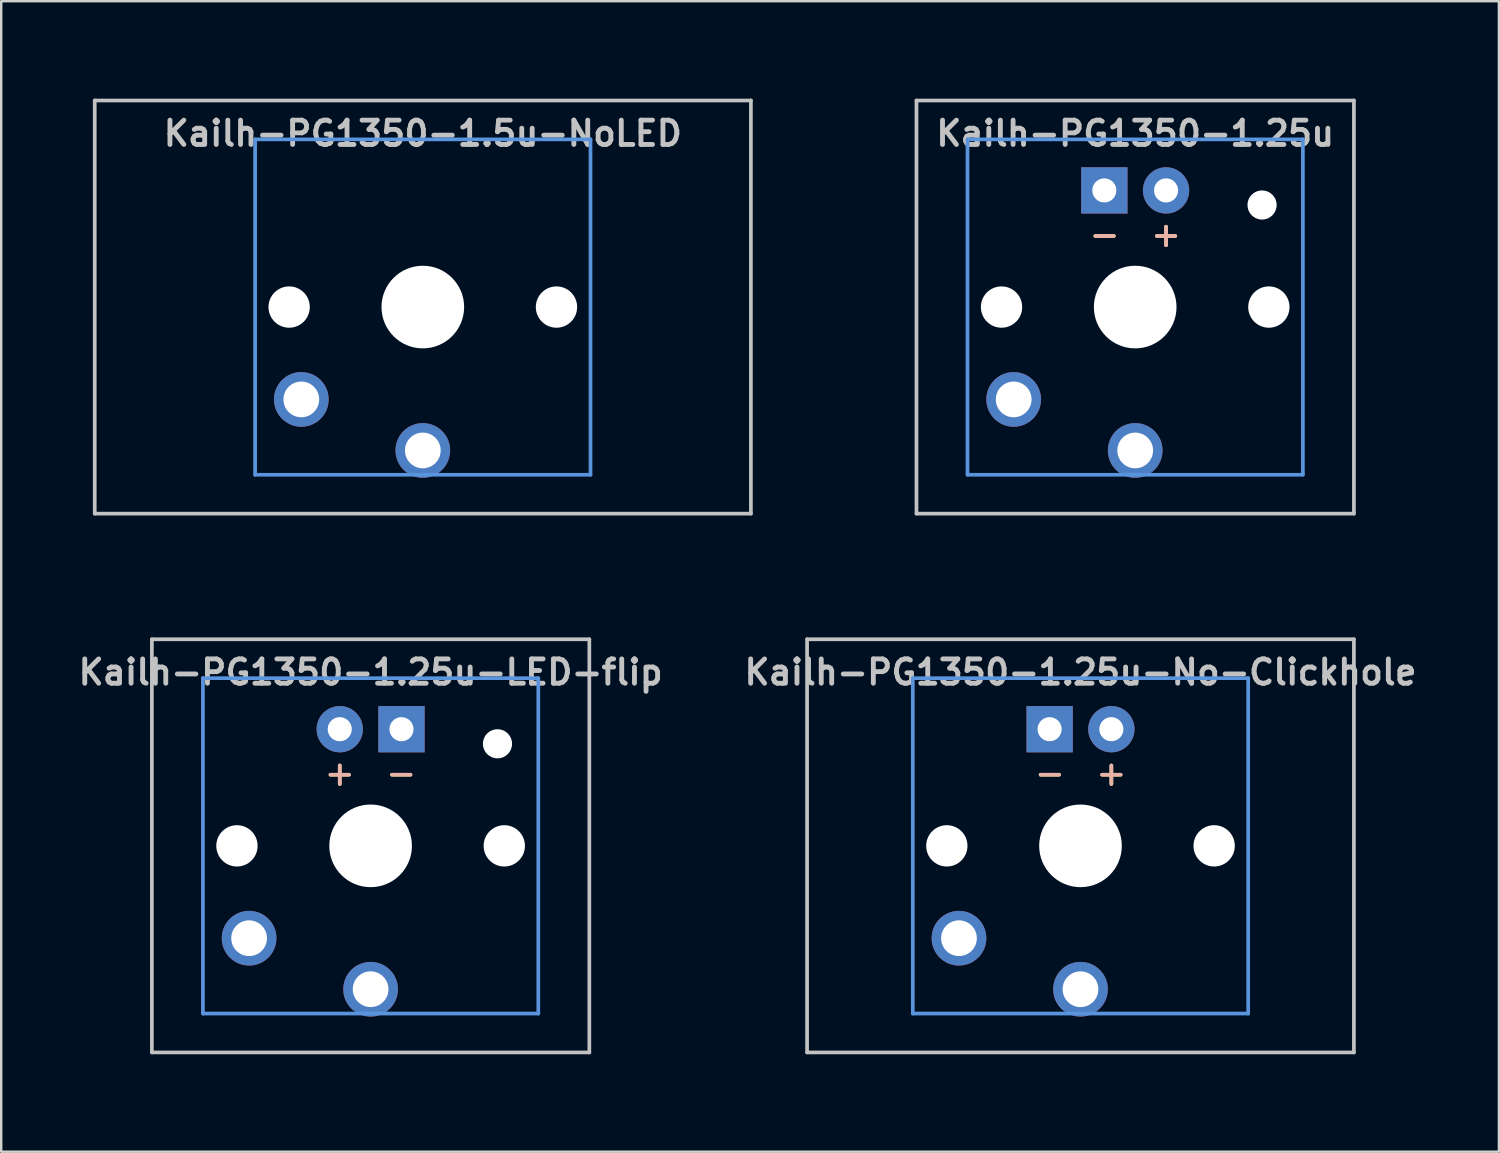
<source format=kicad_pcb>
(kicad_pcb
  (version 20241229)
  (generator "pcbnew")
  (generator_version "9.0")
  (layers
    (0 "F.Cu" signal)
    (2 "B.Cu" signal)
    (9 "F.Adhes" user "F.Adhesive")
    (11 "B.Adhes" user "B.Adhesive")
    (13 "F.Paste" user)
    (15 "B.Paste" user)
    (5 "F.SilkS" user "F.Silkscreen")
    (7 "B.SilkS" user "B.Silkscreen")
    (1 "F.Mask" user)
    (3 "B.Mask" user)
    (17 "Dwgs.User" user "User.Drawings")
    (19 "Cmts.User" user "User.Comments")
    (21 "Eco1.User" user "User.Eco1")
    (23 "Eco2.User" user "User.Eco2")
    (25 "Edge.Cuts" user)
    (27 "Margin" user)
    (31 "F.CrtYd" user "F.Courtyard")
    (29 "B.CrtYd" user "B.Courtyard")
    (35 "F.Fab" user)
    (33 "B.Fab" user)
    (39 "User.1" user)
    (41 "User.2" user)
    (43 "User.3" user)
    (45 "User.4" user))
  (footprint "Kailh-PG1350-1.25u"
    (layer "F.Cu")
    (at 43.661 9.585)
    (property "Reference" "Kailh-PG1350-1.25u" (at 0 -7.144 180) (layer "Dwgs.User") (effects (font (size 1 1) (thickness 0.2))))
    (attr through_hole)
    (fp_line (start -9 -8.5) (end 9 -8.5) (stroke (width 0.152) (type solid)) (layer "Dwgs.User"))
    (fp_line (start -9 8.5) (end -9 -8.5) (stroke (width 0.152) (type solid)) (layer "Dwgs.User"))
    (fp_line (start 9 -8.5) (end 9 8.5) (stroke (width 0.152) (type solid)) (layer "Dwgs.User"))
    (fp_line (start 9 8.5) (end -9 8.5) (stroke (width 0.152) (type solid)) (layer "Dwgs.User"))
    (fp_line (start -6.9 -6.9) (end 6.9 -6.9) (stroke (width 0.152) (type solid)) (layer "Cmts.User"))
    (fp_line (start -6.9 6.9) (end -6.9 -6.9) (stroke (width 0.152) (type solid)) (layer "Cmts.User"))
    (fp_line (start 6.9 -6.9) (end 6.9 6.9) (stroke (width 0.152) (type solid)) (layer "Cmts.User"))
    (fp_line (start 6.9 6.9) (end -6.9 6.9) (stroke (width 0.152) (type solid)) (layer "Cmts.User"))
    (fp_line (start -11.906 -9.525) (end -11.906 9.525) (stroke (width 0.12) (type solid)) (layer "Eco1.User"))
    (fp_line (start -11.906 -9.525) (end 11.906 -9.525) (stroke (width 0.12) (type solid)) (layer "Eco1.User"))
    (fp_line (start -11.906 9.525) (end 11.906 9.525) (stroke (width 0.12) (type solid)) (layer "Eco1.User"))
    (fp_line (start 11.906 -9.525) (end 11.906 9.525) (stroke (width 0.12) (type solid)) (layer "Eco1.User"))
    (fp_line (start -7.5 -7.5) (end 7.5 -7.5) (stroke (width 0.152) (type solid)) (layer "Eco2.User"))
    (fp_line (start -7.5 7.5) (end -7.5 -7.5) (stroke (width 0.152) (type solid)) (layer "Eco2.User"))
    (fp_line (start 7.5 -7.5) (end 7.5 7.5) (stroke (width 0.152) (type solid)) (layer "Eco2.User"))
    (fp_line (start 7.5 7.5) (end -7.5 7.5) (stroke (width 0.152) (type solid)) (layer "Eco2.User"))
    (fp_text user "-" (at -1.26 -3 180) (layer "F.SilkS") (effects (font (size 1 1) (thickness 0.15))))
    (fp_text user "+" (at 1.27 -3 180) (layer "F.SilkS") (effects (font (size 1 1) (thickness 0.15))))
    (fp_text user "-" (at -1.26 -3 180) (layer "B.SilkS") (effects (font (size 1 1) (thickness 0.15)) (justify mirror)))
    (fp_text user "+" (at 1.27 -3 180) (layer "B.SilkS") (effects (font (size 1 1) (thickness 0.15)) (justify mirror)))
    (pad "" np_thru_hole circle (at -5.5 0 180) (size 1.7 1.7) (drill 1.7) (layers "*.Cu" "*.Mask"))
    (pad "" np_thru_hole circle (at 0 0 180) (size 3.4 3.4) (drill 3.4) (layers "*.Cu" "*.Mask"))
    (pad "" np_thru_hole circle (at 5.22 -4.2 180) (size 1.2 1.2) (drill 1.2) (layers "*.Cu" "*.Mask"))
    (pad "" np_thru_hole circle (at 5.5 0 180) (size 1.7 1.7) (drill 1.7) (layers "*.Cu" "*.Mask"))
    (pad "1" thru_hole circle (at 0 5.9 180) (size 2.25 2.25) (drill 1.47) (layers "*.Cu" "*.Mask"))
    (pad "2" thru_hole circle (at -5 3.8 41.9) (size 2.25 2.25) (drill 1.47) (layers "*.Cu" "*.Mask"))
    (pad "3" thru_hole circle (at 1.27 -4.8 180) (size 1.905 1.905) (drill 0.991) (layers "*.Cu" "*.Mask"))
    (pad "4" thru_hole rect (at -1.27 -4.8 180) (size 1.905 1.905) (drill 0.991) (layers "*.Cu" "*.Mask")))
  (footprint "Kailh-PG1350-1.25u-LED-flip"
    (layer "F.Cu")
    (at 12.2 31.755)
    (property "Reference" "Kailh-PG1350-1.25u-LED-flip" (at 0 -7.144 180) (layer "Dwgs.User") (effects (font (size 1 1) (thickness 0.2))))
    (attr through_hole)
    (fp_line (start -9 -8.5) (end 9 -8.5) (stroke (width 0.152) (type solid)) (layer "Dwgs.User"))
    (fp_line (start -9 8.5) (end -9 -8.5) (stroke (width 0.152) (type solid)) (layer "Dwgs.User"))
    (fp_line (start 9 -8.5) (end 9 8.5) (stroke (width 0.152) (type solid)) (layer "Dwgs.User"))
    (fp_line (start 9 8.5) (end -9 8.5) (stroke (width 0.152) (type solid)) (layer "Dwgs.User"))
    (fp_line (start -6.9 -6.9) (end 6.9 -6.9) (stroke (width 0.152) (type solid)) (layer "Cmts.User"))
    (fp_line (start -6.9 6.9) (end -6.9 -6.9) (stroke (width 0.152) (type solid)) (layer "Cmts.User"))
    (fp_line (start 6.9 -6.9) (end 6.9 6.9) (stroke (width 0.152) (type solid)) (layer "Cmts.User"))
    (fp_line (start 6.9 6.9) (end -6.9 6.9) (stroke (width 0.152) (type solid)) (layer "Cmts.User"))
    (fp_line (start -11.906 -9.525) (end -11.906 9.525) (stroke (width 0.12) (type solid)) (layer "Eco1.User"))
    (fp_line (start -11.906 -9.525) (end 11.906 -9.525) (stroke (width 0.12) (type solid)) (layer "Eco1.User"))
    (fp_line (start -11.906 9.525) (end 11.906 9.525) (stroke (width 0.12) (type solid)) (layer "Eco1.User"))
    (fp_line (start 11.906 -9.525) (end 11.906 9.525) (stroke (width 0.12) (type solid)) (layer "Eco1.User"))
    (fp_line (start -7.5 -7.5) (end 7.5 -7.5) (stroke (width 0.152) (type solid)) (layer "Eco2.User"))
    (fp_line (start -7.5 7.5) (end -7.5 -7.5) (stroke (width 0.152) (type solid)) (layer "Eco2.User"))
    (fp_line (start 7.5 -7.5) (end 7.5 7.5) (stroke (width 0.152) (type solid)) (layer "Eco2.User"))
    (fp_line (start 7.5 7.5) (end -7.5 7.5) (stroke (width 0.152) (type solid)) (layer "Eco2.User"))
    (fp_text user "-" (at 1.26 -3 180) (layer "F.SilkS") (effects (font (size 1 1) (thickness 0.15))))
    (fp_text user "+" (at -1.27 -3 180) (layer "F.SilkS") (effects (font (size 1 1) (thickness 0.15))))
    (fp_text user "+" (at -1.27 -3 180) (layer "B.SilkS") (effects (font (size 1 1) (thickness 0.15)) (justify mirror)))
    (fp_text user "-" (at 1.26 -3 180) (layer "B.SilkS") (effects (font (size 1 1) (thickness 0.15)) (justify mirror)))
    (pad "" np_thru_hole circle (at -5.5 0 180) (size 1.7 1.7) (drill 1.7) (layers "*.Cu" "*.Mask"))
    (pad "" np_thru_hole circle (at 0 0 180) (size 3.4 3.4) (drill 3.4) (layers "*.Cu" "*.Mask"))
    (pad "" np_thru_hole circle (at 5.22 -4.2 180) (size 1.2 1.2) (drill 1.2) (layers "*.Cu" "*.Mask"))
    (pad "" np_thru_hole circle (at 5.5 0 180) (size 1.7 1.7) (drill 1.7) (layers "*.Cu" "*.Mask"))
    (pad "1" thru_hole circle (at 0 5.9 180) (size 2.25 2.25) (drill 1.47) (layers "*.Cu" "*.Mask"))
    (pad "2" thru_hole circle (at -5 3.8 41.9) (size 2.25 2.25) (drill 1.47) (layers "*.Cu" "*.Mask"))
    (pad "3" thru_hole circle (at -1.27 -4.8 180) (size 1.905 1.905) (drill 0.991) (layers "*.Cu" "*.Mask"))
    (pad "4" thru_hole rect (at 1.27 -4.8 180) (size 1.905 1.905) (drill 0.991) (layers "*.Cu" "*.Mask")))
  (footprint "Kailh-PG1350-1.25u-No-Clickhole"
    (layer "F.Cu")
    (at 41.41 31.755)
    (property "Reference" "Kailh-PG1350-1.25u-No-Clickhole" (at 0 -7.144 180) (layer "Dwgs.User") (effects (font (size 1 1) (thickness 0.2))))
    (attr through_hole)
    (fp_line (start -11.25 -8.5) (end 11.25 -8.5) (stroke (width 0.152) (type solid)) (layer "Dwgs.User"))
    (fp_line (start -11.25 8.5) (end -11.25 -8.5) (stroke (width 0.152) (type solid)) (layer "Dwgs.User"))
    (fp_line (start 11.25 -8.5) (end 11.25 8.5) (stroke (width 0.152) (type solid)) (layer "Dwgs.User"))
    (fp_line (start 11.25 8.5) (end -11.25 8.5) (stroke (width 0.152) (type solid)) (layer "Dwgs.User"))
    (fp_line (start -6.9 -6.9) (end 6.9 -6.9) (stroke (width 0.152) (type solid)) (layer "Cmts.User"))
    (fp_line (start -6.9 6.9) (end -6.9 -6.9) (stroke (width 0.152) (type solid)) (layer "Cmts.User"))
    (fp_line (start 6.9 -6.9) (end 6.9 6.9) (stroke (width 0.152) (type solid)) (layer "Cmts.User"))
    (fp_line (start 6.9 6.9) (end -6.9 6.9) (stroke (width 0.152) (type solid)) (layer "Cmts.User"))
    (fp_line (start -11.906 -9.525) (end -11.906 9.525) (stroke (width 0.12) (type solid)) (layer "Eco1.User"))
    (fp_line (start -11.906 -9.525) (end 11.906 -9.525) (stroke (width 0.12) (type solid)) (layer "Eco1.User"))
    (fp_line (start -11.906 9.525) (end 11.906 9.525) (stroke (width 0.12) (type solid)) (layer "Eco1.User"))
    (fp_line (start 11.906 -9.525) (end 11.906 9.525) (stroke (width 0.12) (type solid)) (layer "Eco1.User"))
    (fp_line (start -7.5 -7.5) (end 7.5 -7.5) (stroke (width 0.152) (type solid)) (layer "Eco2.User"))
    (fp_line (start -7.5 7.5) (end -7.5 -7.5) (stroke (width 0.152) (type solid)) (layer "Eco2.User"))
    (fp_line (start 7.5 -7.5) (end 7.5 7.5) (stroke (width 0.152) (type solid)) (layer "Eco2.User"))
    (fp_line (start 7.5 7.5) (end -7.5 7.5) (stroke (width 0.152) (type solid)) (layer "Eco2.User"))
    (fp_text user "-" (at -1.26 -3 180) (layer "F.SilkS") (effects (font (size 1 1) (thickness 0.15))))
    (fp_text user "+" (at 1.27 -3 180) (layer "F.SilkS") (effects (font (size 1 1) (thickness 0.15))))
    (fp_text user "+" (at 1.27 -3 180) (layer "B.SilkS") (effects (font (size 1 1) (thickness 0.15)) (justify mirror)))
    (fp_text user "-" (at -1.26 -3 180) (layer "B.SilkS") (effects (font (size 1 1) (thickness 0.15)) (justify mirror)))
    (pad "" np_thru_hole circle (at -5.5 0 180) (size 1.7 1.7) (drill 1.7) (layers "*.Cu" "*.Mask"))
    (pad "" np_thru_hole circle (at 0 0 180) (size 3.4 3.4) (drill 3.4) (layers "*.Cu" "*.Mask"))
    (pad "" np_thru_hole circle (at 5.5 0 180) (size 1.7 1.7) (drill 1.7) (layers "*.Cu" "*.Mask"))
    (pad "1" thru_hole circle (at 0 5.9 180) (size 2.25 2.25) (drill 1.47) (layers "*.Cu" "*.Mask"))
    (pad "2" thru_hole circle (at -5 3.8 41.9) (size 2.25 2.25) (drill 1.47) (layers "*.Cu" "*.Mask"))
    (pad "3" thru_hole circle (at 1.27 -4.8 180) (size 1.905 1.905) (drill 0.991) (layers "*.Cu" "*.Mask"))
    (pad "4" thru_hole rect (at -1.27 -4.8 180) (size 1.905 1.905) (drill 0.991) (layers "*.Cu" "*.Mask")))
  (footprint "Kailh-PG1350-1.5u-NoLED"
    (layer "F.Cu")
    (at 14.348 9.585)
    (property "Reference" "Kailh-PG1350-1.5u-NoLED" (at 0 -7.144 180) (layer "Dwgs.User") (effects (font (size 1 1) (thickness 0.2))))
    (attr through_hole)
    (fp_line (start -13.5 -8.5) (end 13.5 -8.5) (stroke (width 0.152) (type solid)) (layer "Dwgs.User"))
    (fp_line (start -13.5 8.5) (end -13.5 -8.5) (stroke (width 0.152) (type solid)) (layer "Dwgs.User"))
    (fp_line (start 13.5 -8.5) (end 13.5 8.5) (stroke (width 0.152) (type solid)) (layer "Dwgs.User"))
    (fp_line (start 13.5 8.5) (end -13.5 8.5) (stroke (width 0.152) (type solid)) (layer "Dwgs.User"))
    (fp_line (start -6.9 -6.9) (end 6.9 -6.9) (stroke (width 0.152) (type solid)) (layer "Cmts.User"))
    (fp_line (start -6.9 6.9) (end -6.9 -6.9) (stroke (width 0.152) (type solid)) (layer "Cmts.User"))
    (fp_line (start 6.9 -6.9) (end 6.9 6.9) (stroke (width 0.152) (type solid)) (layer "Cmts.User"))
    (fp_line (start 6.9 6.9) (end -6.9 6.9) (stroke (width 0.152) (type solid)) (layer "Cmts.User"))
    (fp_line (start -14.287 -9.525) (end -14.287 9.525) (stroke (width 0.12) (type solid)) (layer "Eco1.User"))
    (fp_line (start -14.287 -9.525) (end 14.287 -9.525) (stroke (width 0.12) (type solid)) (layer "Eco1.User"))
    (fp_line (start -14.287 9.525) (end 14.287 9.525) (stroke (width 0.12) (type solid)) (layer "Eco1.User"))
    (fp_line (start 14.287 -9.525) (end 14.287 9.525) (stroke (width 0.12) (type solid)) (layer "Eco1.User"))
    (fp_line (start -7.5 -7.5) (end 7.5 -7.5) (stroke (width 0.152) (type solid)) (layer "Eco2.User"))
    (fp_line (start -7.5 7.5) (end -7.5 -7.5) (stroke (width 0.152) (type solid)) (layer "Eco2.User"))
    (fp_line (start 7.5 -7.5) (end 7.5 7.5) (stroke (width 0.152) (type solid)) (layer "Eco2.User"))
    (fp_line (start 7.5 7.5) (end -7.5 7.5) (stroke (width 0.152) (type solid)) (layer "Eco2.User"))
    (pad "" np_thru_hole circle (at -5.5 0 180) (size 1.7 1.7) (drill 1.7) (layers "*.Cu" "*.Mask"))
    (pad "" np_thru_hole circle (at 0 0 180) (size 3.4 3.4) (drill 3.4) (layers "*.Cu" "*.Mask"))
    (pad "" np_thru_hole circle (at 5.5 0 180) (size 1.7 1.7) (drill 1.7) (layers "*.Cu" "*.Mask"))
    (pad "1" thru_hole circle (at 0 5.9 180) (size 2.25 2.25) (drill 1.47) (layers "*.Cu" "*.Mask"))
    (pad "2" thru_hole circle (at -5 3.8 41.9) (size 2.25 2.25) (drill 1.47) (layers "*.Cu" "*.Mask")))
  (gr_rect
    (start -3 -3)
    (end 58.627 44.34)
    (stroke (width 0.1) (type default))
    (fill no)
    (layer "Edge.Cuts")))
</source>
